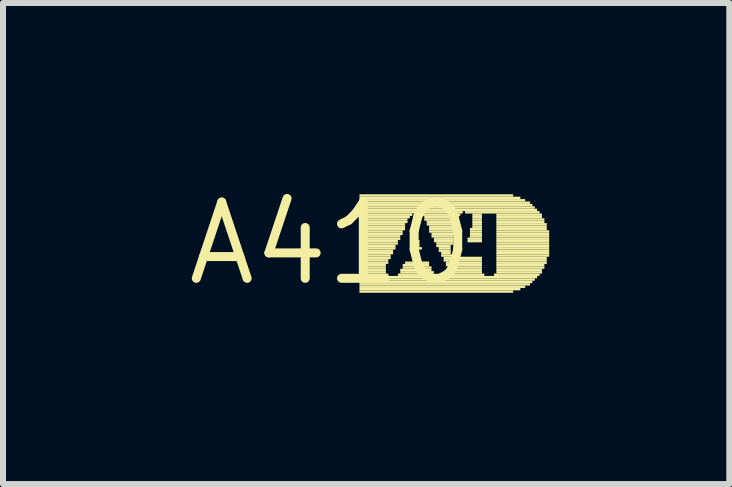
<source format=kicad_pcb>
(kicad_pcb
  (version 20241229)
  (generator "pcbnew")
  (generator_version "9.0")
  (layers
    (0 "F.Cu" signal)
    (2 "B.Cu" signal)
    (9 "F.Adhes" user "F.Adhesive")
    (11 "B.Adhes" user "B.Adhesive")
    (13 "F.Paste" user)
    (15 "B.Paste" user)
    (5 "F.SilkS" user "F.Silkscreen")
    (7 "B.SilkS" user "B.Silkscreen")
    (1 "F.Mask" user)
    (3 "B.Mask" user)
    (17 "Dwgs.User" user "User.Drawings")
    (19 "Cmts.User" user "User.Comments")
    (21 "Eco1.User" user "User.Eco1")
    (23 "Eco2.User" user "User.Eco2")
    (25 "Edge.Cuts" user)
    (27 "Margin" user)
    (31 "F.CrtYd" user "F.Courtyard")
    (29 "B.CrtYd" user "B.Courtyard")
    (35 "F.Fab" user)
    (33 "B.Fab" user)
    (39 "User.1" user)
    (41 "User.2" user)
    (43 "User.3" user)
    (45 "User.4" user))
  (footprint "A410"
    (layer "F.Cu")
    (at 2.457 1.006)
    (property "Reference" "A410" (at 0 0 0) (layer "F.SilkS") (effects (font (size 1.27 1.27) (thickness 0.15))))
    (fp_poly (pts (xy 0.48 -0.78) (xy 3.04 -0.78) (xy 3.04 -0.82) (xy 0.48 -0.82)) (stroke (width 0) (type default)) (fill yes) (layer "F.SilkS"))
    (fp_poly (pts (xy 0.48 -0.74) (xy 3.16 -0.74) (xy 3.16 -0.78) (xy 0.48 -0.78)) (stroke (width 0) (type default)) (fill yes) (layer "F.SilkS"))
    (fp_poly (pts (xy 0.48 -0.7) (xy 3.24 -0.7) (xy 3.24 -0.74) (xy 0.48 -0.74)) (stroke (width 0) (type default)) (fill yes) (layer "F.SilkS"))
    (fp_poly (pts (xy 0.48 -0.66) (xy 3.32 -0.66) (xy 3.32 -0.7) (xy 0.48 -0.7)) (stroke (width 0) (type default)) (fill yes) (layer "F.SilkS"))
    (fp_poly (pts (xy 0.48 -0.62) (xy 3.36 -0.62) (xy 3.36 -0.66) (xy 0.48 -0.66)) (stroke (width 0) (type default)) (fill yes) (layer "F.SilkS"))
    (fp_poly (pts (xy 0.48 -0.58) (xy 3.4 -0.58) (xy 3.4 -0.62) (xy 0.48 -0.62)) (stroke (width 0) (type default)) (fill yes) (layer "F.SilkS"))
    (fp_poly (pts (xy 0.48 -0.54) (xy 3.44 -0.54) (xy 3.44 -0.58) (xy 0.48 -0.58)) (stroke (width 0) (type default)) (fill yes) (layer "F.SilkS"))
    (fp_poly (pts (xy 0.48 -0.5) (xy 2.2 -0.5) (xy 2.2 -0.54) (xy 0.48 -0.54)) (stroke (width 0) (type default)) (fill yes) (layer "F.SilkS"))
    (fp_poly (pts (xy 0.48 -0.46) (xy 1.36 -0.46) (xy 1.36 -0.5) (xy 0.48 -0.5)) (stroke (width 0) (type default)) (fill yes) (layer "F.SilkS"))
    (fp_poly (pts (xy 0.48 -0.42) (xy 1.32 -0.42) (xy 1.32 -0.46) (xy 0.48 -0.46)) (stroke (width 0) (type default)) (fill yes) (layer "F.SilkS"))
    (fp_poly (pts (xy 0.48 -0.38) (xy 1.28 -0.38) (xy 1.28 -0.42) (xy 0.48 -0.42)) (stroke (width 0) (type default)) (fill yes) (layer "F.SilkS"))
    (fp_poly (pts (xy 0.48 -0.34) (xy 1.28 -0.34) (xy 1.28 -0.38) (xy 0.48 -0.38)) (stroke (width 0) (type default)) (fill yes) (layer "F.SilkS"))
    (fp_poly (pts (xy 0.48 -0.3) (xy 1.24 -0.3) (xy 1.24 -0.34) (xy 0.48 -0.34)) (stroke (width 0) (type default)) (fill yes) (layer "F.SilkS"))
    (fp_poly (pts (xy 0.48 -0.26) (xy 1.24 -0.26) (xy 1.24 -0.3) (xy 0.48 -0.3)) (stroke (width 0) (type default)) (fill yes) (layer "F.SilkS"))
    (fp_poly (pts (xy 0.48 -0.22) (xy 1.24 -0.22) (xy 1.24 -0.26) (xy 0.48 -0.26)) (stroke (width 0) (type default)) (fill yes) (layer "F.SilkS"))
    (fp_poly (pts (xy 0.48 -0.18) (xy 1.2 -0.18) (xy 1.2 -0.22) (xy 0.48 -0.22)) (stroke (width 0) (type default)) (fill yes) (layer "F.SilkS"))
    (fp_poly (pts (xy 0.48 -0.14) (xy 1.2 -0.14) (xy 1.2 -0.18) (xy 0.48 -0.18)) (stroke (width 0) (type default)) (fill yes) (layer "F.SilkS"))
    (fp_poly (pts (xy 0.48 -0.1) (xy 1.16 -0.1) (xy 1.16 -0.14) (xy 0.48 -0.14)) (stroke (width 0) (type default)) (fill yes) (layer "F.SilkS"))
    (fp_poly (pts (xy 0.48 -0.06) (xy 1.16 -0.06) (xy 1.16 -0.1) (xy 0.48 -0.1)) (stroke (width 0) (type default)) (fill yes) (layer "F.SilkS"))
    (fp_poly (pts (xy 0.48 -0.02) (xy 1.12 -0.02) (xy 1.12 -0.06) (xy 0.48 -0.06)) (stroke (width 0) (type default)) (fill yes) (layer "F.SilkS"))
    (fp_poly (pts (xy 0.48 0.02) (xy 1.12 0.02) (xy 1.12 -0.02) (xy 0.48 -0.02)) (stroke (width 0) (type default)) (fill yes) (layer "F.SilkS"))
    (fp_poly (pts (xy 0.48 0.06) (xy 1.08 0.06) (xy 1.08 0.02) (xy 0.48 0.02)) (stroke (width 0) (type default)) (fill yes) (layer "F.SilkS"))
    (fp_poly (pts (xy 0.48 0.1) (xy 1.08 0.1) (xy 1.08 0.06) (xy 0.48 0.06)) (stroke (width 0) (type default)) (fill yes) (layer "F.SilkS"))
    (fp_poly (pts (xy 0.48 0.14) (xy 1.04 0.14) (xy 1.04 0.1) (xy 0.48 0.1)) (stroke (width 0) (type default)) (fill yes) (layer "F.SilkS"))
    (fp_poly (pts (xy 0.48 0.18) (xy 1.04 0.18) (xy 1.04 0.14) (xy 0.48 0.14)) (stroke (width 0) (type default)) (fill yes) (layer "F.SilkS"))
    (fp_poly (pts (xy 0.48 0.22) (xy 1 0.22) (xy 1 0.18) (xy 0.48 0.18)) (stroke (width 0) (type default)) (fill yes) (layer "F.SilkS"))
    (fp_poly (pts (xy 0.48 0.26) (xy 1 0.26) (xy 1 0.22) (xy 0.48 0.22)) (stroke (width 0) (type default)) (fill yes) (layer "F.SilkS"))
    (fp_poly (pts (xy 0.48 0.3) (xy 0.96 0.3) (xy 0.96 0.26) (xy 0.48 0.26)) (stroke (width 0) (type default)) (fill yes) (layer "F.SilkS"))
    (fp_poly (pts (xy 0.48 0.34) (xy 0.96 0.34) (xy 0.96 0.3) (xy 0.48 0.3)) (stroke (width 0) (type default)) (fill yes) (layer "F.SilkS"))
    (fp_poly (pts (xy 0.48 0.38) (xy 0.92 0.38) (xy 0.92 0.34) (xy 0.48 0.34)) (stroke (width 0) (type default)) (fill yes) (layer "F.SilkS"))
    (fp_poly (pts (xy 0.48 0.42) (xy 0.92 0.42) (xy 0.92 0.38) (xy 0.48 0.38)) (stroke (width 0) (type default)) (fill yes) (layer "F.SilkS"))
    (fp_poly (pts (xy 0.48 0.46) (xy 0.92 0.46) (xy 0.92 0.42) (xy 0.48 0.42)) (stroke (width 0) (type default)) (fill yes) (layer "F.SilkS"))
    (fp_poly (pts (xy 0.48 0.5) (xy 0.92 0.5) (xy 0.92 0.46) (xy 0.48 0.46)) (stroke (width 0) (type default)) (fill yes) (layer "F.SilkS"))
    (fp_poly (pts (xy 0.48 0.54) (xy 0.96 0.54) (xy 0.96 0.5) (xy 0.48 0.5)) (stroke (width 0) (type default)) (fill yes) (layer "F.SilkS"))
    (fp_poly (pts (xy 0.48 0.58) (xy 3.44 0.58) (xy 3.44 0.54) (xy 0.48 0.54)) (stroke (width 0) (type default)) (fill yes) (layer "F.SilkS"))
    (fp_poly (pts (xy 0.48 0.62) (xy 3.4 0.62) (xy 3.4 0.58) (xy 0.48 0.58)) (stroke (width 0) (type default)) (fill yes) (layer "F.SilkS"))
    (fp_poly (pts (xy 0.48 0.66) (xy 3.36 0.66) (xy 3.36 0.62) (xy 0.48 0.62)) (stroke (width 0) (type default)) (fill yes) (layer "F.SilkS"))
    (fp_poly (pts (xy 0.48 0.7) (xy 3.32 0.7) (xy 3.32 0.66) (xy 0.48 0.66)) (stroke (width 0) (type default)) (fill yes) (layer "F.SilkS"))
    (fp_poly (pts (xy 0.48 0.74) (xy 3.24 0.74) (xy 3.24 0.7) (xy 0.48 0.7)) (stroke (width 0) (type default)) (fill yes) (layer "F.SilkS"))
    (fp_poly (pts (xy 0.48 0.78) (xy 3.16 0.78) (xy 3.16 0.74) (xy 0.48 0.74)) (stroke (width 0) (type default)) (fill yes) (layer "F.SilkS"))
    (fp_poly (pts (xy 0.48 0.82) (xy 3.04 0.82) (xy 3.04 0.78) (xy 0.48 0.78)) (stroke (width 0) (type default)) (fill yes) (layer "F.SilkS"))
    (fp_poly (pts (xy 1.12 0.54) (xy 1.72 0.54) (xy 1.72 0.5) (xy 1.12 0.5)) (stroke (width 0) (type default)) (fill yes) (layer "F.SilkS"))
    (fp_poly (pts (xy 1.16 0.46) (xy 1.68 0.46) (xy 1.68 0.42) (xy 1.16 0.42)) (stroke (width 0) (type default)) (fill yes) (layer "F.SilkS"))
    (fp_poly (pts (xy 1.16 0.5) (xy 1.72 0.5) (xy 1.72 0.46) (xy 1.16 0.46)) (stroke (width 0) (type default)) (fill yes) (layer "F.SilkS"))
    (fp_poly (pts (xy 1.2 0.38) (xy 1.64 0.38) (xy 1.64 0.34) (xy 1.2 0.34)) (stroke (width 0) (type default)) (fill yes) (layer "F.SilkS"))
    (fp_poly (pts (xy 1.2 0.42) (xy 1.68 0.42) (xy 1.68 0.38) (xy 1.2 0.38)) (stroke (width 0) (type default)) (fill yes) (layer "F.SilkS"))
    (fp_poly (pts (xy 1.24 0.34) (xy 1.64 0.34) (xy 1.64 0.3) (xy 1.24 0.3)) (stroke (width 0) (type default)) (fill yes) (layer "F.SilkS"))
    (fp_poly (pts (xy 1.36 0.06) (xy 1.48 0.06) (xy 1.48 0.02) (xy 1.36 0.02)) (stroke (width 0) (type default)) (fill yes) (layer "F.SilkS"))
    (fp_poly (pts (xy 1.36 0.1) (xy 1.52 0.1) (xy 1.52 0.06) (xy 1.36 0.06)) (stroke (width 0) (type default)) (fill yes) (layer "F.SilkS"))
    (fp_poly (pts (xy 1.4 -0.02) (xy 1.48 -0.02) (xy 1.48 -0.06) (xy 1.4 -0.06)) (stroke (width 0) (type default)) (fill yes) (layer "F.SilkS"))
    (fp_poly (pts (xy 1.4 0.02) (xy 1.48 0.02) (xy 1.48 -0.02) (xy 1.4 -0.02)) (stroke (width 0) (type default)) (fill yes) (layer "F.SilkS"))
    (fp_poly (pts (xy 1.52 -0.46) (xy 2.16 -0.46) (xy 2.16 -0.5) (xy 1.52 -0.5)) (stroke (width 0) (type default)) (fill yes) (layer "F.SilkS"))
    (fp_poly (pts (xy 1.56 -0.42) (xy 2.12 -0.42) (xy 2.12 -0.46) (xy 1.56 -0.46)) (stroke (width 0) (type default)) (fill yes) (layer "F.SilkS"))
    (fp_poly (pts (xy 1.56 -0.38) (xy 2.12 -0.38) (xy 2.12 -0.42) (xy 1.56 -0.42)) (stroke (width 0) (type default)) (fill yes) (layer "F.SilkS"))
    (fp_poly (pts (xy 1.6 -0.34) (xy 2.12 -0.34) (xy 2.12 -0.38) (xy 1.6 -0.38)) (stroke (width 0) (type default)) (fill yes) (layer "F.SilkS"))
    (fp_poly (pts (xy 1.6 -0.3) (xy 2.12 -0.3) (xy 2.12 -0.34) (xy 1.6 -0.34)) (stroke (width 0) (type default)) (fill yes) (layer "F.SilkS"))
    (fp_poly (pts (xy 1.64 -0.26) (xy 2.08 -0.26) (xy 2.08 -0.3) (xy 1.64 -0.3)) (stroke (width 0) (type default)) (fill yes) (layer "F.SilkS"))
    (fp_poly (pts (xy 1.64 -0.22) (xy 2.08 -0.22) (xy 2.08 -0.26) (xy 1.64 -0.26)) (stroke (width 0) (type default)) (fill yes) (layer "F.SilkS"))
    (fp_poly (pts (xy 1.64 -0.18) (xy 2.08 -0.18) (xy 2.08 -0.22) (xy 1.64 -0.22)) (stroke (width 0) (type default)) (fill yes) (layer "F.SilkS"))
    (fp_poly (pts (xy 1.68 -0.14) (xy 2.08 -0.14) (xy 2.08 -0.18) (xy 1.68 -0.18)) (stroke (width 0) (type default)) (fill yes) (layer "F.SilkS"))
    (fp_poly (pts (xy 1.68 -0.1) (xy 2.04 -0.1) (xy 2.04 -0.14) (xy 1.68 -0.14)) (stroke (width 0) (type default)) (fill yes) (layer "F.SilkS"))
    (fp_poly (pts (xy 1.72 -0.06) (xy 2.04 -0.06) (xy 2.04 -0.1) (xy 1.72 -0.1)) (stroke (width 0) (type default)) (fill yes) (layer "F.SilkS"))
    (fp_poly (pts (xy 1.72 -0.02) (xy 2.04 -0.02) (xy 2.04 -0.06) (xy 1.72 -0.06)) (stroke (width 0) (type default)) (fill yes) (layer "F.SilkS"))
    (fp_poly (pts (xy 1.76 0.02) (xy 2.04 0.02) (xy 2.04 -0.02) (xy 1.76 -0.02)) (stroke (width 0) (type default)) (fill yes) (layer "F.SilkS"))
    (fp_poly (pts (xy 1.76 0.06) (xy 2 0.06) (xy 2 0.02) (xy 1.76 0.02)) (stroke (width 0) (type default)) (fill yes) (layer "F.SilkS"))
    (fp_poly (pts (xy 1.8 0.1) (xy 2 0.1) (xy 2 0.06) (xy 1.8 0.06)) (stroke (width 0) (type default)) (fill yes) (layer "F.SilkS"))
    (fp_poly (pts (xy 1.8 0.14) (xy 2 0.14) (xy 2 0.1) (xy 1.8 0.1)) (stroke (width 0) (type default)) (fill yes) (layer "F.SilkS"))
    (fp_poly (pts (xy 1.84 0.18) (xy 2 0.18) (xy 2 0.14) (xy 1.84 0.14)) (stroke (width 0) (type default)) (fill yes) (layer "F.SilkS"))
    (fp_poly (pts (xy 1.84 0.22) (xy 2.04 0.22) (xy 2.04 0.18) (xy 1.84 0.18)) (stroke (width 0) (type default)) (fill yes) (layer "F.SilkS"))
    (fp_poly (pts (xy 1.88 0.26) (xy 2.52 0.26) (xy 2.52 0.22) (xy 1.88 0.22)) (stroke (width 0) (type default)) (fill yes) (layer "F.SilkS"))
    (fp_poly (pts (xy 1.88 0.3) (xy 2.52 0.3) (xy 2.52 0.26) (xy 1.88 0.26)) (stroke (width 0) (type default)) (fill yes) (layer "F.SilkS"))
    (fp_poly (pts (xy 1.88 0.54) (xy 2.56 0.54) (xy 2.56 0.5) (xy 1.88 0.5)) (stroke (width 0) (type default)) (fill yes) (layer "F.SilkS"))
    (fp_poly (pts (xy 1.92 0.34) (xy 2.52 0.34) (xy 2.52 0.3) (xy 1.92 0.3)) (stroke (width 0) (type default)) (fill yes) (layer "F.SilkS"))
    (fp_poly (pts (xy 1.92 0.38) (xy 2.52 0.38) (xy 2.52 0.34) (xy 1.92 0.34)) (stroke (width 0) (type default)) (fill yes) (layer "F.SilkS"))
    (fp_poly (pts (xy 1.96 0.42) (xy 2.52 0.42) (xy 2.52 0.38) (xy 1.96 0.38)) (stroke (width 0) (type default)) (fill yes) (layer "F.SilkS"))
    (fp_poly (pts (xy 1.96 0.46) (xy 2.52 0.46) (xy 2.52 0.42) (xy 1.96 0.42)) (stroke (width 0) (type default)) (fill yes) (layer "F.SilkS"))
    (fp_poly (pts (xy 1.96 0.5) (xy 2.52 0.5) (xy 2.52 0.46) (xy 1.96 0.46)) (stroke (width 0) (type default)) (fill yes) (layer "F.SilkS"))
    (fp_poly (pts (xy 2.24 -0.5) (xy 3.48 -0.5) (xy 3.48 -0.54) (xy 2.24 -0.54)) (stroke (width 0) (type default)) (fill yes) (layer "F.SilkS"))
    (fp_poly (pts (xy 2.28 -0.06) (xy 2.52 -0.06) (xy 2.52 -0.1) (xy 2.28 -0.1)) (stroke (width 0) (type default)) (fill yes) (layer "F.SilkS"))
    (fp_poly (pts (xy 2.28 -0.02) (xy 2.52 -0.02) (xy 2.52 -0.06) (xy 2.28 -0.06)) (stroke (width 0) (type default)) (fill yes) (layer "F.SilkS"))
    (fp_poly (pts (xy 2.32 -0.22) (xy 2.52 -0.22) (xy 2.52 -0.26) (xy 2.32 -0.26)) (stroke (width 0) (type default)) (fill yes) (layer "F.SilkS"))
    (fp_poly (pts (xy 2.32 -0.18) (xy 2.52 -0.18) (xy 2.52 -0.22) (xy 2.32 -0.22)) (stroke (width 0) (type default)) (fill yes) (layer "F.SilkS"))
    (fp_poly (pts (xy 2.32 -0.14) (xy 2.52 -0.14) (xy 2.52 -0.18) (xy 2.32 -0.18)) (stroke (width 0) (type default)) (fill yes) (layer "F.SilkS"))
    (fp_poly (pts (xy 2.32 -0.1) (xy 2.52 -0.1) (xy 2.52 -0.14) (xy 2.32 -0.14)) (stroke (width 0) (type default)) (fill yes) (layer "F.SilkS"))
    (fp_poly (pts (xy 2.36 -0.46) (xy 2.52 -0.46) (xy 2.52 -0.5) (xy 2.36 -0.5)) (stroke (width 0) (type default)) (fill yes) (layer "F.SilkS"))
    (fp_poly (pts (xy 2.36 -0.42) (xy 2.52 -0.42) (xy 2.52 -0.46) (xy 2.36 -0.46)) (stroke (width 0) (type default)) (fill yes) (layer "F.SilkS"))
    (fp_poly (pts (xy 2.36 -0.38) (xy 2.52 -0.38) (xy 2.52 -0.42) (xy 2.36 -0.42)) (stroke (width 0) (type default)) (fill yes) (layer "F.SilkS"))
    (fp_poly (pts (xy 2.36 -0.34) (xy 2.52 -0.34) (xy 2.52 -0.38) (xy 2.36 -0.38)) (stroke (width 0) (type default)) (fill yes) (layer "F.SilkS"))
    (fp_poly (pts (xy 2.36 -0.3) (xy 2.52 -0.3) (xy 2.52 -0.34) (xy 2.36 -0.34)) (stroke (width 0) (type default)) (fill yes) (layer "F.SilkS"))
    (fp_poly (pts (xy 2.36 -0.26) (xy 2.52 -0.26) (xy 2.52 -0.3) (xy 2.36 -0.3)) (stroke (width 0) (type default)) (fill yes) (layer "F.SilkS"))
    (fp_poly (pts (xy 2.72 0.54) (xy 3.48 0.54) (xy 3.48 0.5) (xy 2.72 0.5)) (stroke (width 0) (type default)) (fill yes) (layer "F.SilkS"))
    (fp_poly (pts (xy 2.76 -0.46) (xy 3.52 -0.46) (xy 3.52 -0.5) (xy 2.76 -0.5)) (stroke (width 0) (type default)) (fill yes) (layer "F.SilkS"))
    (fp_poly (pts (xy 2.76 -0.42) (xy 3.52 -0.42) (xy 3.52 -0.46) (xy 2.76 -0.46)) (stroke (width 0) (type default)) (fill yes) (layer "F.SilkS"))
    (fp_poly (pts (xy 2.76 -0.38) (xy 3.56 -0.38) (xy 3.56 -0.42) (xy 2.76 -0.42)) (stroke (width 0) (type default)) (fill yes) (layer "F.SilkS"))
    (fp_poly (pts (xy 2.76 -0.34) (xy 3.56 -0.34) (xy 3.56 -0.38) (xy 2.76 -0.38)) (stroke (width 0) (type default)) (fill yes) (layer "F.SilkS"))
    (fp_poly (pts (xy 2.76 -0.3) (xy 3.6 -0.3) (xy 3.6 -0.34) (xy 2.76 -0.34)) (stroke (width 0) (type default)) (fill yes) (layer "F.SilkS"))
    (fp_poly (pts (xy 2.76 -0.26) (xy 3.6 -0.26) (xy 3.6 -0.3) (xy 2.76 -0.3)) (stroke (width 0) (type default)) (fill yes) (layer "F.SilkS"))
    (fp_poly (pts (xy 2.76 -0.22) (xy 3.6 -0.22) (xy 3.6 -0.26) (xy 2.76 -0.26)) (stroke (width 0) (type default)) (fill yes) (layer "F.SilkS"))
    (fp_poly (pts (xy 2.76 -0.18) (xy 3.64 -0.18) (xy 3.64 -0.22) (xy 2.76 -0.22)) (stroke (width 0) (type default)) (fill yes) (layer "F.SilkS"))
    (fp_poly (pts (xy 2.76 -0.14) (xy 3.64 -0.14) (xy 3.64 -0.18) (xy 2.76 -0.18)) (stroke (width 0) (type default)) (fill yes) (layer "F.SilkS"))
    (fp_poly (pts (xy 2.76 -0.1) (xy 3.64 -0.1) (xy 3.64 -0.14) (xy 2.76 -0.14)) (stroke (width 0) (type default)) (fill yes) (layer "F.SilkS"))
    (fp_poly (pts (xy 2.76 -0.06) (xy 3.64 -0.06) (xy 3.64 -0.1) (xy 2.76 -0.1)) (stroke (width 0) (type default)) (fill yes) (layer "F.SilkS"))
    (fp_poly (pts (xy 2.76 -0.02) (xy 3.64 -0.02) (xy 3.64 -0.06) (xy 2.76 -0.06)) (stroke (width 0) (type default)) (fill yes) (layer "F.SilkS"))
    (fp_poly (pts (xy 2.76 0.02) (xy 3.64 0.02) (xy 3.64 -0.02) (xy 2.76 -0.02)) (stroke (width 0) (type default)) (fill yes) (layer "F.SilkS"))
    (fp_poly (pts (xy 2.76 0.06) (xy 3.64 0.06) (xy 3.64 0.02) (xy 2.76 0.02)) (stroke (width 0) (type default)) (fill yes) (layer "F.SilkS"))
    (fp_poly (pts (xy 2.76 0.1) (xy 3.64 0.1) (xy 3.64 0.06) (xy 2.76 0.06)) (stroke (width 0) (type default)) (fill yes) (layer "F.SilkS"))
    (fp_poly (pts (xy 2.76 0.14) (xy 3.64 0.14) (xy 3.64 0.1) (xy 2.76 0.1)) (stroke (width 0) (type default)) (fill yes) (layer "F.SilkS"))
    (fp_poly (pts (xy 2.76 0.18) (xy 3.64 0.18) (xy 3.64 0.14) (xy 2.76 0.14)) (stroke (width 0) (type default)) (fill yes) (layer "F.SilkS"))
    (fp_poly (pts (xy 2.76 0.22) (xy 3.64 0.22) (xy 3.64 0.18) (xy 2.76 0.18)) (stroke (width 0) (type default)) (fill yes) (layer "F.SilkS"))
    (fp_poly (pts (xy 2.76 0.26) (xy 3.6 0.26) (xy 3.6 0.22) (xy 2.76 0.22)) (stroke (width 0) (type default)) (fill yes) (layer "F.SilkS"))
    (fp_poly (pts (xy 2.76 0.3) (xy 3.6 0.3) (xy 3.6 0.26) (xy 2.76 0.26)) (stroke (width 0) (type default)) (fill yes) (layer "F.SilkS"))
    (fp_poly (pts (xy 2.76 0.34) (xy 3.6 0.34) (xy 3.6 0.3) (xy 2.76 0.3)) (stroke (width 0) (type default)) (fill yes) (layer "F.SilkS"))
    (fp_poly (pts (xy 2.76 0.38) (xy 3.56 0.38) (xy 3.56 0.34) (xy 2.76 0.34)) (stroke (width 0) (type default)) (fill yes) (layer "F.SilkS"))
    (fp_poly (pts (xy 2.76 0.42) (xy 3.56 0.42) (xy 3.56 0.38) (xy 2.76 0.38)) (stroke (width 0) (type default)) (fill yes) (layer "F.SilkS"))
    (fp_poly (pts (xy 2.76 0.46) (xy 3.52 0.46) (xy 3.52 0.42) (xy 2.76 0.42)) (stroke (width 0) (type default)) (fill yes) (layer "F.SilkS"))
    (fp_poly (pts (xy 2.76 0.5) (xy 3.52 0.5) (xy 3.52 0.46) (xy 2.76 0.46)) (stroke (width 0) (type default)) (fill yes) (layer "F.SilkS")))
  (gr_rect
    (start -3 -3)
    (end 9.097 5.012)
    (stroke (width 0.1) (type default))
    (fill no)
    (layer "Edge.Cuts")))
</source>
